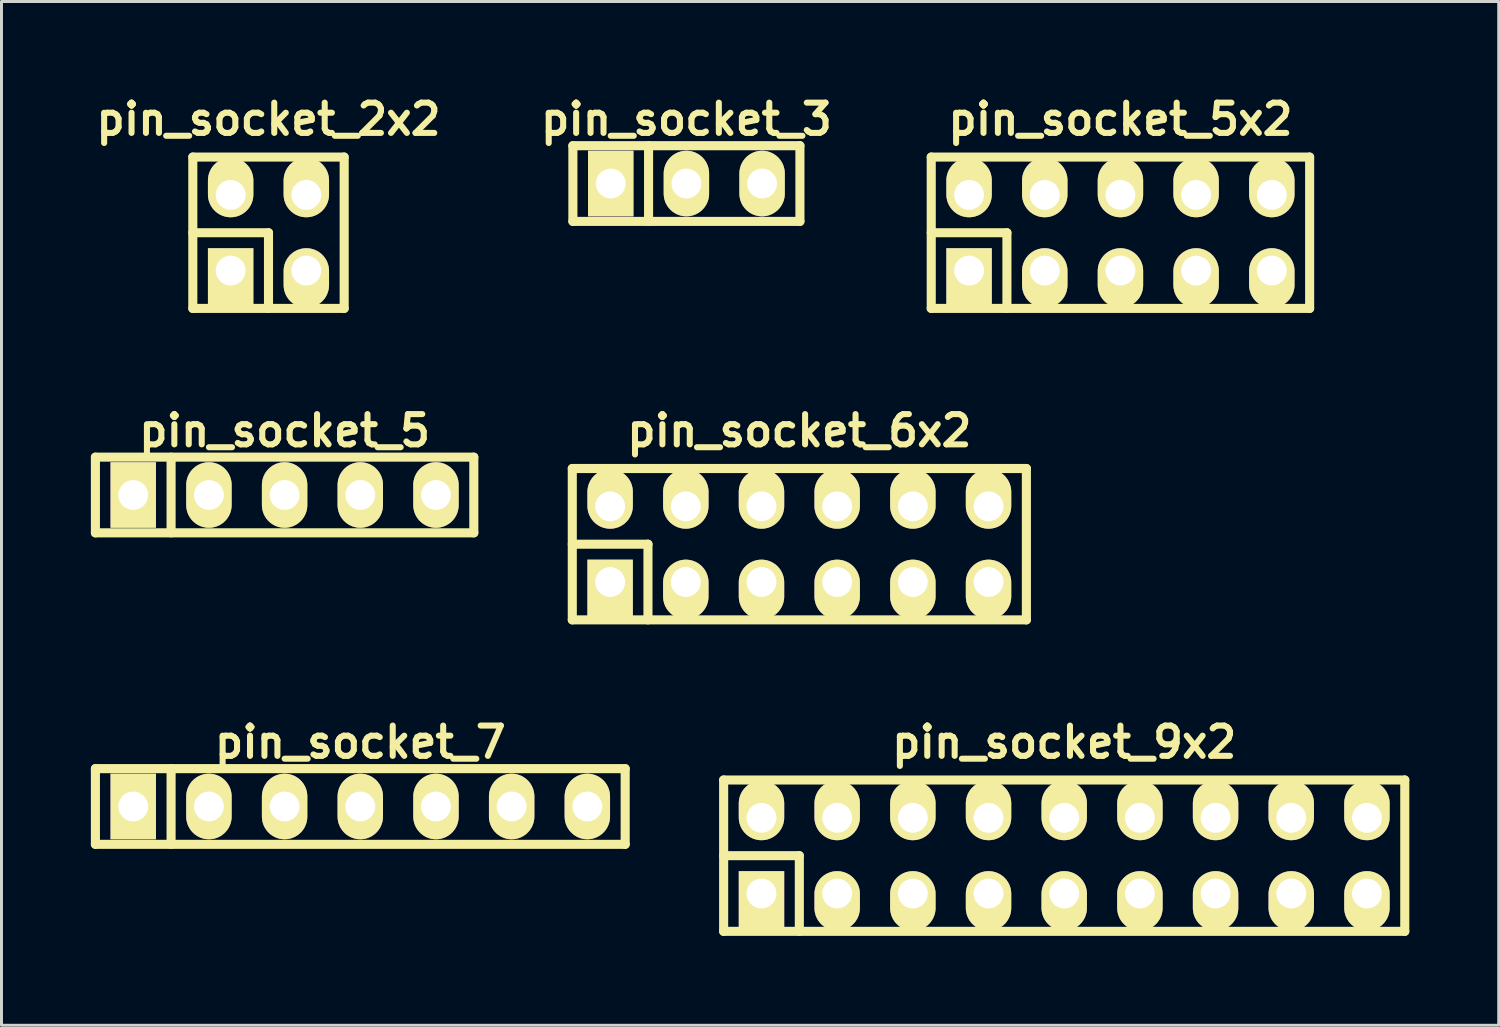
<source format=kicad_pcb>
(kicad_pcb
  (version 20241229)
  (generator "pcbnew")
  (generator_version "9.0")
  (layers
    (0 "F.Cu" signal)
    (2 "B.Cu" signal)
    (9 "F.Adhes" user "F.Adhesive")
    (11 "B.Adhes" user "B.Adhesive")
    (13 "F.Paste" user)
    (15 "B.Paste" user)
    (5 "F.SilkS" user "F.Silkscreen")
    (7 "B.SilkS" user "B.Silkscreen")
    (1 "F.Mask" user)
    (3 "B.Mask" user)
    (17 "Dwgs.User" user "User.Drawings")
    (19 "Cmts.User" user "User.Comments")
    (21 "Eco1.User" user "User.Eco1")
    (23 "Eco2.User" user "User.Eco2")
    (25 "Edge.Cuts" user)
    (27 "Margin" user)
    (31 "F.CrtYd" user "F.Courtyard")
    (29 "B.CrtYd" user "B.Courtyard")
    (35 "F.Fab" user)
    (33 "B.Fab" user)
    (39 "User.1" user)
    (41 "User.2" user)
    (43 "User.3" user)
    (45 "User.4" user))
  (footprint "pin_socket_9x2"
    (layer "F.Cu")
    (at 32.667 25.668)
    (property "Reference" "pin_socket_9x2" (at 0 -3.81 0) (layer "F.SilkS") (effects (font (size 1.016 1.016) (thickness 0.203))))
    (attr through_hole)
    (fp_line (start -11.43 -2.54) (end -11.43 2.54) (stroke (width 0.305) (type solid)) (layer "F.SilkS"))
    (fp_line (start -11.43 -2.54) (end 11.43 -2.54) (stroke (width 0.305) (type solid)) (layer "F.SilkS"))
    (fp_line (start -11.43 0) (end -8.89 0) (stroke (width 0.305) (type solid)) (layer "F.SilkS"))
    (fp_line (start -8.89 0) (end -8.89 2.54) (stroke (width 0.305) (type solid)) (layer "F.SilkS"))
    (fp_line (start 11.43 -2.54) (end 11.43 2.54) (stroke (width 0.305) (type solid)) (layer "F.SilkS"))
    (fp_line (start 11.43 2.54) (end -11.43 2.54) (stroke (width 0.305) (type solid)) (layer "F.SilkS"))
    (pad "1" thru_hole rect (at -10.16 1.27) (size 1.524 1.999) (drill 1.001 (offset 0 0.249)) (layers "*.Cu" "*.Mask" "F.SilkS"))
    (pad "2" thru_hole oval (at -10.16 -1.27) (size 1.524 1.999) (drill 1.001 (offset 0 -0.249)) (layers "*.Cu" "*.Mask" "F.SilkS"))
    (pad "3" thru_hole oval (at -7.62 1.27) (size 1.524 1.999) (drill 1.001 (offset 0 0.249)) (layers "*.Cu" "*.Mask" "F.SilkS"))
    (pad "4" thru_hole oval (at -7.62 -1.27) (size 1.524 1.999) (drill 1.001 (offset 0 -0.249)) (layers "*.Cu" "*.Mask" "F.SilkS"))
    (pad "5" thru_hole oval (at -5.08 1.27) (size 1.524 1.999) (drill 1.001 (offset 0 0.249)) (layers "*.Cu" "*.Mask" "F.SilkS"))
    (pad "6" thru_hole oval (at -5.08 -1.27) (size 1.524 1.999) (drill 1.001 (offset 0 -0.249)) (layers "*.Cu" "*.Mask" "F.SilkS"))
    (pad "7" thru_hole oval (at -2.54 1.27) (size 1.524 1.999) (drill 1.001 (offset 0 0.249)) (layers "*.Cu" "*.Mask" "F.SilkS"))
    (pad "8" thru_hole oval (at -2.54 -1.27) (size 1.524 1.999) (drill 1.001 (offset 0 -0.249)) (layers "*.Cu" "*.Mask" "F.SilkS"))
    (pad "9" thru_hole oval (at 0 1.27) (size 1.524 1.999) (drill 1.001 (offset 0 0.249)) (layers "*.Cu" "*.Mask" "F.SilkS"))
    (pad "10" thru_hole oval (at 0 -1.27) (size 1.524 1.999) (drill 1.001 (offset 0 -0.249)) (layers "*.Cu" "*.Mask" "F.SilkS"))
    (pad "11" thru_hole oval (at 2.54 1.27) (size 1.524 1.999) (drill 1.001 (offset 0 0.249)) (layers "*.Cu" "*.Mask" "F.SilkS"))
    (pad "12" thru_hole oval (at 2.54 -1.27) (size 1.524 1.999) (drill 1.001 (offset 0 -0.249)) (layers "*.Cu" "*.Mask" "F.SilkS"))
    (pad "13" thru_hole oval (at 5.08 1.27) (size 1.524 1.999) (drill 1.001 (offset 0 0.249)) (layers "*.Cu" "*.Mask" "F.SilkS"))
    (pad "14" thru_hole oval (at 5.08 -1.27) (size 1.524 1.999) (drill 1.001 (offset 0 -0.249)) (layers "*.Cu" "*.Mask" "F.SilkS"))
    (pad "15" thru_hole oval (at 7.62 1.27) (size 1.524 1.999) (drill 1.001 (offset 0 0.249)) (layers "*.Cu" "*.Mask" "F.SilkS"))
    (pad "16" thru_hole oval (at 7.62 -1.27) (size 1.524 1.999) (drill 1.001 (offset 0 -0.249)) (layers "*.Cu" "*.Mask" "F.SilkS"))
    (pad "17" thru_hole oval (at 10.16 1.27) (size 1.524 1.999) (drill 1.001 (offset 0 0.249)) (layers "*.Cu" "*.Mask" "F.SilkS"))
    (pad "18" thru_hole oval (at 10.16 -1.27) (size 1.524 1.999) (drill 1.001 (offset 0 -0.249)) (layers "*.Cu" "*.Mask" "F.SilkS")))
  (footprint "pin_socket_3"
    (layer "F.Cu")
    (at 19.987 3.11)
    (property "Reference" "pin_socket_3" (at 0 -2.159 0) (layer "F.SilkS") (effects (font (size 1.016 1.016) (thickness 0.203))))
    (attr through_hole)
    (fp_line (start -3.81 -1.27) (end 3.81 -1.27) (stroke (width 0.305) (type solid)) (layer "F.SilkS"))
    (fp_line (start -3.81 1.27) (end -3.81 -1.27) (stroke (width 0.305) (type solid)) (layer "F.SilkS"))
    (fp_line (start -1.27 1.27) (end -1.27 -1.27) (stroke (width 0.305) (type solid)) (layer "F.SilkS"))
    (fp_line (start 3.81 -1.27) (end 3.81 1.27) (stroke (width 0.305) (type solid)) (layer "F.SilkS"))
    (fp_line (start 3.81 1.27) (end -3.81 1.27) (stroke (width 0.305) (type solid)) (layer "F.SilkS"))
    (pad "1" thru_hole rect (at -2.54 0) (size 1.524 2.2) (drill 1.001) (layers "*.Cu" "*.Mask" "F.SilkS"))
    (pad "2" thru_hole oval (at 0 0) (size 1.524 2.2) (drill 1.001) (layers "*.Cu" "*.Mask" "F.SilkS"))
    (pad "3" thru_hole oval (at 2.54 0) (size 1.524 2.2) (drill 1.001) (layers "*.Cu" "*.Mask" "F.SilkS")))
  (footprint "pin_socket_6x2"
    (layer "F.Cu")
    (at 23.777 15.214)
    (property "Reference" "pin_socket_6x2" (at 0 -3.81 0) (layer "F.SilkS") (effects (font (size 1.016 1.016) (thickness 0.203))))
    (attr through_hole)
    (fp_line (start -7.62 -2.54) (end -7.62 2.54) (stroke (width 0.305) (type solid)) (layer "F.SilkS"))
    (fp_line (start -7.62 -2.54) (end 7.62 -2.54) (stroke (width 0.305) (type solid)) (layer "F.SilkS"))
    (fp_line (start -7.62 0) (end -5.08 0) (stroke (width 0.305) (type solid)) (layer "F.SilkS"))
    (fp_line (start -5.08 0) (end -5.08 2.54) (stroke (width 0.305) (type solid)) (layer "F.SilkS"))
    (fp_line (start 7.62 -2.54) (end 7.62 2.54) (stroke (width 0.305) (type solid)) (layer "F.SilkS"))
    (fp_line (start 7.62 2.54) (end -7.62 2.54) (stroke (width 0.305) (type solid)) (layer "F.SilkS"))
    (pad "1" thru_hole rect (at -6.35 1.27) (size 1.524 1.999) (drill 1.001 (offset 0 0.249)) (layers "*.Cu" "*.Mask" "F.SilkS"))
    (pad "2" thru_hole oval (at -6.35 -1.27) (size 1.524 1.999) (drill 1.001 (offset 0 -0.249)) (layers "*.Cu" "*.Mask" "F.SilkS"))
    (pad "3" thru_hole oval (at -3.81 1.27) (size 1.524 1.999) (drill 1.001 (offset 0 0.249)) (layers "*.Cu" "*.Mask" "F.SilkS"))
    (pad "4" thru_hole oval (at -3.81 -1.27) (size 1.524 1.999) (drill 1.001 (offset 0 -0.249)) (layers "*.Cu" "*.Mask" "F.SilkS"))
    (pad "5" thru_hole oval (at -1.27 1.27) (size 1.524 1.999) (drill 1.001 (offset 0 0.249)) (layers "*.Cu" "*.Mask" "F.SilkS"))
    (pad "6" thru_hole oval (at -1.27 -1.27) (size 1.524 1.999) (drill 1.001 (offset 0 -0.249)) (layers "*.Cu" "*.Mask" "F.SilkS"))
    (pad "7" thru_hole oval (at 1.27 1.27) (size 1.524 1.999) (drill 1.001 (offset 0 0.249)) (layers "*.Cu" "*.Mask" "F.SilkS"))
    (pad "8" thru_hole oval (at 1.27 -1.27) (size 1.524 1.999) (drill 1.001 (offset 0 -0.249)) (layers "*.Cu" "*.Mask" "F.SilkS"))
    (pad "9" thru_hole oval (at 3.81 1.27) (size 1.524 1.999) (drill 1.001 (offset 0 0.249)) (layers "*.Cu" "*.Mask" "F.SilkS"))
    (pad "10" thru_hole oval (at 3.81 -1.27) (size 1.524 1.999) (drill 1.001 (offset 0 -0.249)) (layers "*.Cu" "*.Mask" "F.SilkS"))
    (pad "11" thru_hole oval (at 6.35 1.27) (size 1.524 1.999) (drill 1.001 (offset 0 0.249)) (layers "*.Cu" "*.Mask" "F.SilkS"))
    (pad "12" thru_hole oval (at 6.35 -1.27) (size 1.524 1.999) (drill 1.001 (offset 0 -0.249)) (layers "*.Cu" "*.Mask" "F.SilkS")))
  (footprint "pin_socket_7"
    (layer "F.Cu")
    (at 9.042 24.017)
    (property "Reference" "pin_socket_7" (at 0 -2.159 0) (layer "F.SilkS") (effects (font (size 1.016 1.016) (thickness 0.203))))
    (attr through_hole)
    (fp_line (start -8.89 1.27) (end -8.89 -1.27) (stroke (width 0.305) (type solid)) (layer "F.SilkS"))
    (fp_line (start -8.89 1.27) (end 8.89 1.27) (stroke (width 0.305) (type solid)) (layer "F.SilkS"))
    (fp_line (start -6.35 -1.27) (end -6.35 1.27) (stroke (width 0.305) (type solid)) (layer "F.SilkS"))
    (fp_line (start 8.89 -1.27) (end -8.89 -1.27) (stroke (width 0.305) (type solid)) (layer "F.SilkS"))
    (fp_line (start 8.89 -1.27) (end 8.89 1.27) (stroke (width 0.305) (type solid)) (layer "F.SilkS"))
    (pad "1" thru_hole rect (at -7.62 0) (size 1.524 2.2) (drill 1.001) (layers "*.Cu" "*.Mask" "F.SilkS"))
    (pad "2" thru_hole oval (at -5.08 0) (size 1.524 2.2) (drill 1.001) (layers "*.Cu" "*.Mask" "F.SilkS"))
    (pad "3" thru_hole oval (at -2.54 0) (size 1.524 2.2) (drill 1.001) (layers "*.Cu" "*.Mask" "F.SilkS"))
    (pad "4" thru_hole oval (at 0 0) (size 1.524 2.2) (drill 1.001) (layers "*.Cu" "*.Mask" "F.SilkS"))
    (pad "5" thru_hole oval (at 2.54 0) (size 1.524 2.2) (drill 1.001) (layers "*.Cu" "*.Mask" "F.SilkS"))
    (pad "6" thru_hole oval (at 5.08 0) (size 1.524 2.2) (drill 1.001) (layers "*.Cu" "*.Mask" "F.SilkS"))
    (pad "7" thru_hole oval (at 7.62 0) (size 1.524 2.2) (drill 1.001) (layers "*.Cu" "*.Mask" "F.SilkS")))
  (footprint "pin_socket_2x2"
    (layer "F.Cu")
    (at 5.961 4.761)
    (property "Reference" "pin_socket_2x2" (at 0 -3.81 0) (layer "F.SilkS") (effects (font (size 1.016 1.016) (thickness 0.203))))
    (attr through_hole)
    (fp_line (start -2.54 -2.54) (end -2.54 2.54) (stroke (width 0.305) (type solid)) (layer "F.SilkS"))
    (fp_line (start -2.54 -2.54) (end 2.54 -2.54) (stroke (width 0.305) (type solid)) (layer "F.SilkS"))
    (fp_line (start -2.54 0) (end 0 0) (stroke (width 0.305) (type solid)) (layer "F.SilkS"))
    (fp_line (start 0 0) (end 0 2.54) (stroke (width 0.305) (type solid)) (layer "F.SilkS"))
    (fp_line (start 2.54 -2.54) (end 2.54 2.54) (stroke (width 0.305) (type solid)) (layer "F.SilkS"))
    (fp_line (start 2.54 2.54) (end -2.54 2.54) (stroke (width 0.305) (type solid)) (layer "F.SilkS"))
    (pad "1" thru_hole rect (at -1.27 1.27) (size 1.524 1.999) (drill 1.001 (offset 0 0.249)) (layers "*.Cu" "*.Mask" "F.SilkS"))
    (pad "2" thru_hole oval (at -1.27 -1.27) (size 1.524 1.999) (drill 1.001 (offset 0 -0.249)) (layers "*.Cu" "*.Mask" "F.SilkS"))
    (pad "3" thru_hole oval (at 1.27 1.27) (size 1.524 1.999) (drill 1.001 (offset 0 0.249)) (layers "*.Cu" "*.Mask" "F.SilkS"))
    (pad "4" thru_hole oval (at 1.27 -1.27) (size 1.524 1.999) (drill 1.001 (offset 0 -0.249)) (layers "*.Cu" "*.Mask" "F.SilkS")))
  (footprint "pin_socket_5x2"
    (layer "F.Cu")
    (at 34.554 4.761)
    (property "Reference" "pin_socket_5x2" (at 0 -3.81 0) (layer "F.SilkS") (effects (font (size 1.016 1.016) (thickness 0.203))))
    (attr through_hole)
    (fp_line (start -6.35 -2.54) (end -6.35 2.54) (stroke (width 0.305) (type solid)) (layer "F.SilkS"))
    (fp_line (start -6.35 -2.54) (end 6.35 -2.54) (stroke (width 0.305) (type solid)) (layer "F.SilkS"))
    (fp_line (start -6.35 0) (end -3.81 0) (stroke (width 0.305) (type solid)) (layer "F.SilkS"))
    (fp_line (start -3.81 0) (end -3.81 2.54) (stroke (width 0.305) (type solid)) (layer "F.SilkS"))
    (fp_line (start 6.35 -2.54) (end 6.35 2.54) (stroke (width 0.305) (type solid)) (layer "F.SilkS"))
    (fp_line (start 6.35 2.54) (end -6.35 2.54) (stroke (width 0.305) (type solid)) (layer "F.SilkS"))
    (pad "1" thru_hole rect (at -5.08 1.27) (size 1.524 1.999) (drill 1.001 (offset 0 0.249)) (layers "*.Cu" "*.Mask" "F.SilkS"))
    (pad "2" thru_hole oval (at -5.08 -1.27) (size 1.524 1.999) (drill 1.001 (offset 0 -0.249)) (layers "*.Cu" "*.Mask" "F.SilkS"))
    (pad "3" thru_hole oval (at -2.54 1.27) (size 1.524 1.999) (drill 1.001 (offset 0 0.249)) (layers "*.Cu" "*.Mask" "F.SilkS"))
    (pad "4" thru_hole oval (at -2.54 -1.27) (size 1.524 1.999) (drill 1.001 (offset 0 -0.249)) (layers "*.Cu" "*.Mask" "F.SilkS"))
    (pad "5" thru_hole oval (at 0 1.27) (size 1.524 1.999) (drill 1.001 (offset 0 0.249)) (layers "*.Cu" "*.Mask" "F.SilkS"))
    (pad "6" thru_hole oval (at 0 -1.27) (size 1.524 1.999) (drill 1.001 (offset 0 -0.249)) (layers "*.Cu" "*.Mask" "F.SilkS"))
    (pad "7" thru_hole oval (at 2.54 1.27) (size 1.524 1.999) (drill 1.001 (offset 0 0.249)) (layers "*.Cu" "*.Mask" "F.SilkS"))
    (pad "8" thru_hole oval (at 2.54 -1.27) (size 1.524 1.999) (drill 1.001 (offset 0 -0.249)) (layers "*.Cu" "*.Mask" "F.SilkS"))
    (pad "9" thru_hole oval (at 5.08 1.27) (size 1.524 1.999) (drill 1.001 (offset 0 0.249)) (layers "*.Cu" "*.Mask" "F.SilkS"))
    (pad "10" thru_hole oval (at 5.08 -1.27) (size 1.524 1.999) (drill 1.001 (offset 0 -0.249)) (layers "*.Cu" "*.Mask" "F.SilkS")))
  (footprint "pin_socket_5"
    (layer "F.Cu")
    (at 6.502 13.563)
    (property "Reference" "pin_socket_5" (at 0 -2.159 0) (layer "F.SilkS") (effects (font (size 1.016 1.016) (thickness 0.203))))
    (attr through_hole)
    (fp_line (start -6.35 -1.27) (end 6.35 -1.27) (stroke (width 0.305) (type solid)) (layer "F.SilkS"))
    (fp_line (start -6.35 1.27) (end -6.35 -1.27) (stroke (width 0.305) (type solid)) (layer "F.SilkS"))
    (fp_line (start -3.81 -1.27) (end -3.81 1.27) (stroke (width 0.305) (type solid)) (layer "F.SilkS"))
    (fp_line (start 6.35 -1.27) (end 6.35 1.27) (stroke (width 0.305) (type solid)) (layer "F.SilkS"))
    (fp_line (start 6.35 1.27) (end -6.35 1.27) (stroke (width 0.305) (type solid)) (layer "F.SilkS"))
    (pad "1" thru_hole rect (at -5.08 0) (size 1.524 2.2) (drill 1.001) (layers "*.Cu" "*.Mask" "F.SilkS"))
    (pad "2" thru_hole oval (at -2.54 0) (size 1.524 2.2) (drill 1.001) (layers "*.Cu" "*.Mask" "F.SilkS"))
    (pad "3" thru_hole oval (at 0 0) (size 1.524 2.2) (drill 1.001) (layers "*.Cu" "*.Mask" "F.SilkS"))
    (pad "4" thru_hole oval (at 2.54 0) (size 1.524 2.2) (drill 1.001) (layers "*.Cu" "*.Mask" "F.SilkS"))
    (pad "5" thru_hole oval (at 5.08 0) (size 1.524 2.2) (drill 1.001) (layers "*.Cu" "*.Mask" "F.SilkS")))
  (gr_rect
    (start -3 -3)
    (end 47.25 31.36)
    (stroke (width 0.1) (type default))
    (fill no)
    (layer "Edge.Cuts")))
</source>
